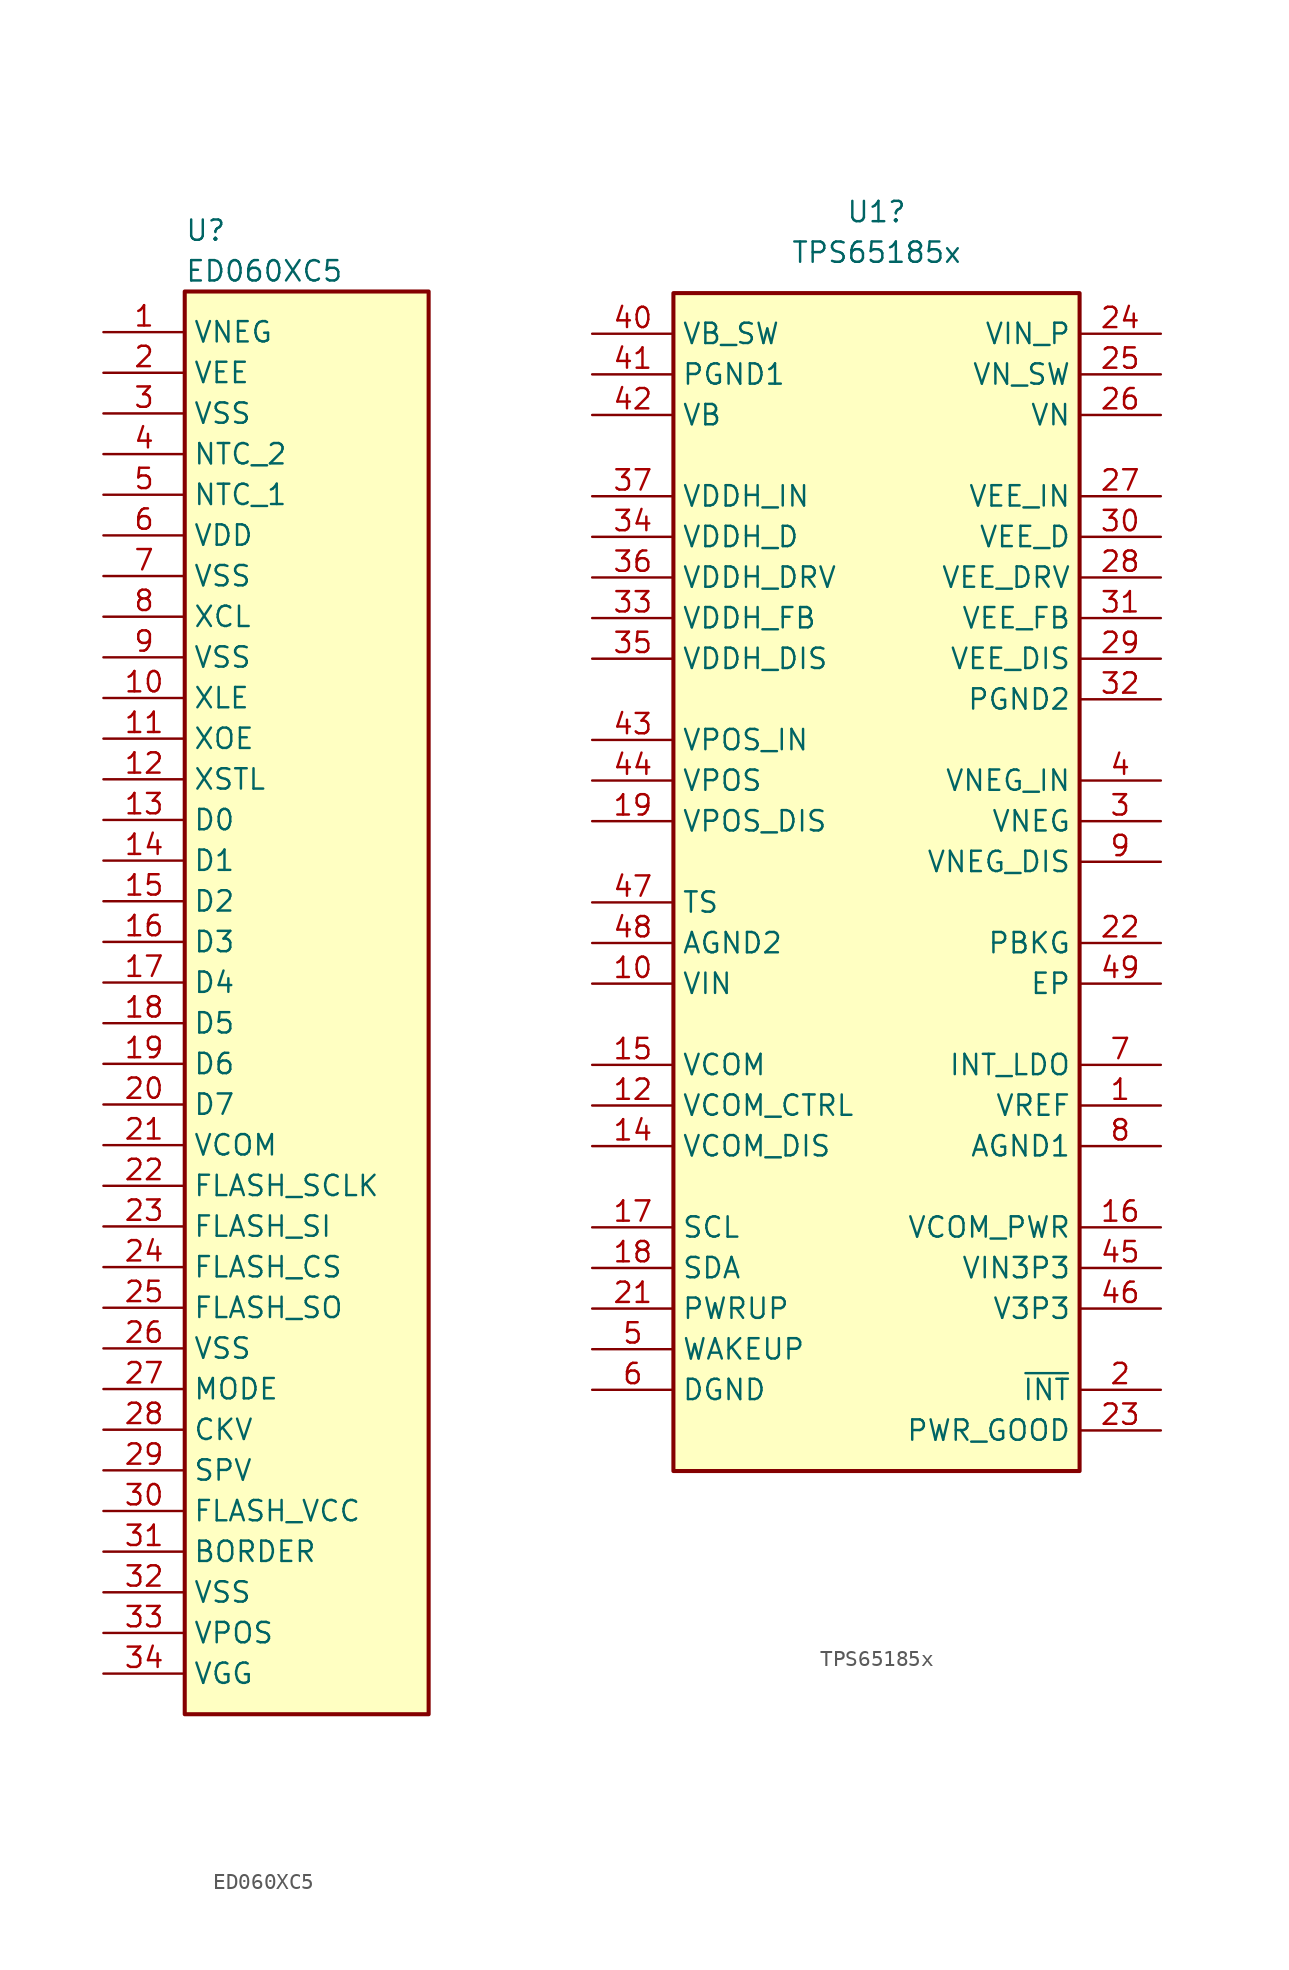
<source format=kicad_sym>
(kicad_symbol_lib
  (version 20211014)
  (generator kicad_symbol_editor)
  (symbol "ED060XC5"
    (property "Reference" "U"
      (at 5.08 6.35 0)
      (effects (font (size 1.27 1.27)) (justify left)))
    (property "Value" "ED060XC5"
      (at 5.08 3.81 0)
      (effects (font (size 1.27 1.27)) (justify left)))
    (property "ki_locked" ""
      (at 0 0 0)
      (effects (font (size 1.27 1.27))))
    (symbol "ED060XC5_1_1"
      (rectangle (start 5.08 2.54) (end 20.32 -86.36) (stroke (width 0.254) (type default) (color 0 0 0 0)) (fill (type background)))
      (pin power_in line (at 0 0 0) (length 5.08) (name "VNEG" (effects (font (size 1.27 1.27)))) (number "1" (effects (font (size 1.27 1.27)))))
      (pin input line (at 0 -22.86 0) (length 5.08) (name "XLE" (effects (font (size 1.27 1.27)))) (number "10" (effects (font (size 1.27 1.27)))))
      (pin input line (at 0 -25.4 0) (length 5.08) (name "XOE" (effects (font (size 1.27 1.27)))) (number "11" (effects (font (size 1.27 1.27)))))
      (pin input line (at 0 -27.94 0) (length 5.08) (name "XSTL" (effects (font (size 1.27 1.27)))) (number "12" (effects (font (size 1.27 1.27)))))
      (pin input line (at 0 -30.48 0) (length 5.08) (name "D0" (effects (font (size 1.27 1.27)))) (number "13" (effects (font (size 1.27 1.27)))))
      (pin input line (at 0 -33.02 0) (length 5.08) (name "D1" (effects (font (size 1.27 1.27)))) (number "14" (effects (font (size 1.27 1.27)))))
      (pin input line (at 0 -35.56 0) (length 5.08) (name "D2" (effects (font (size 1.27 1.27)))) (number "15" (effects (font (size 1.27 1.27)))))
      (pin input line (at 0 -38.1 0) (length 5.08) (name "D3" (effects (font (size 1.27 1.27)))) (number "16" (effects (font (size 1.27 1.27)))))
      (pin input line (at 0 -40.64 0) (length 5.08) (name "D4" (effects (font (size 1.27 1.27)))) (number "17" (effects (font (size 1.27 1.27)))))
      (pin input line (at 0 -43.18 0) (length 5.08) (name "D5" (effects (font (size 1.27 1.27)))) (number "18" (effects (font (size 1.27 1.27)))))
      (pin input line (at 0 -45.72 0) (length 5.08) (name "D6" (effects (font (size 1.27 1.27)))) (number "19" (effects (font (size 1.27 1.27)))))
      (pin power_in line (at 0 -2.54 0) (length 5.08) (name "VEE" (effects (font (size 1.27 1.27)))) (number "2" (effects (font (size 1.27 1.27)))))
      (pin input line (at 0 -48.26 0) (length 5.08) (name "D7" (effects (font (size 1.27 1.27)))) (number "20" (effects (font (size 1.27 1.27)))))
      (pin power_in line (at 0 -50.8 0) (length 5.08) (name "VCOM" (effects (font (size 1.27 1.27)))) (number "21" (effects (font (size 1.27 1.27)))))
      (pin input line (at 0 -53.34 0) (length 5.08) (name "FLASH_SCLK" (effects (font (size 1.27 1.27)))) (number "22" (effects (font (size 1.27 1.27)))))
      (pin input line (at 0 -55.88 0) (length 5.08) (name "FLASH_SI" (effects (font (size 1.27 1.27)))) (number "23" (effects (font (size 1.27 1.27)))))
      (pin input line (at 0 -58.42 0) (length 5.08) (name "FLASH_CS" (effects (font (size 1.27 1.27)))) (number "24" (effects (font (size 1.27 1.27)))))
      (pin output line (at 0 -60.96 0) (length 5.08) (name "FLASH_SO" (effects (font (size 1.27 1.27)))) (number "25" (effects (font (size 1.27 1.27)))))
      (pin power_in line (at 0 -63.5 0) (length 5.08) (name "VSS" (effects (font (size 1.27 1.27)))) (number "26" (effects (font (size 1.27 1.27)))))
      (pin input line (at 0 -66.04 0) (length 5.08) (name "MODE" (effects (font (size 1.27 1.27)))) (number "27" (effects (font (size 1.27 1.27)))))
      (pin input line (at 0 -68.58 0) (length 5.08) (name "CKV" (effects (font (size 1.27 1.27)))) (number "28" (effects (font (size 1.27 1.27)))))
      (pin input line (at 0 -71.12 0) (length 5.08) (name "SPV" (effects (font (size 1.27 1.27)))) (number "29" (effects (font (size 1.27 1.27)))))
      (pin power_in line (at 0 -5.08 0) (length 5.08) (name "VSS" (effects (font (size 1.27 1.27)))) (number "3" (effects (font (size 1.27 1.27)))))
      (pin power_in line (at 0 -73.66 0) (length 5.08) (name "FLASH_VCC" (effects (font (size 1.27 1.27)))) (number "30" (effects (font (size 1.27 1.27)))))
      (pin input line (at 0 -76.2 0) (length 5.08) (name "BORDER" (effects (font (size 1.27 1.27)))) (number "31" (effects (font (size 1.27 1.27)))))
      (pin power_in line (at 0 -78.74 0) (length 5.08) (name "VSS" (effects (font (size 1.27 1.27)))) (number "32" (effects (font (size 1.27 1.27)))))
      (pin power_in line (at 0 -81.28 0) (length 5.08) (name "VPOS" (effects (font (size 1.27 1.27)))) (number "33" (effects (font (size 1.27 1.27)))))
      (pin power_in line (at 0 -83.82 0) (length 5.08) (name "VGG" (effects (font (size 1.27 1.27)))) (number "34" (effects (font (size 1.27 1.27)))))
      (pin passive line (at 0 -7.62 0) (length 5.08) (name "NTC_2" (effects (font (size 1.27 1.27)))) (number "4" (effects (font (size 1.27 1.27)))))
      (pin passive line (at 0 -10.16 0) (length 5.08) (name "NTC_1" (effects (font (size 1.27 1.27)))) (number "5" (effects (font (size 1.27 1.27)))))
      (pin power_in line (at 0 -12.7 0) (length 5.08) (name "VDD" (effects (font (size 1.27 1.27)))) (number "6" (effects (font (size 1.27 1.27)))))
      (pin power_in line (at 0 -15.24 0) (length 5.08) (name "VSS" (effects (font (size 1.27 1.27)))) (number "7" (effects (font (size 1.27 1.27)))))
      (pin input line (at 0 -17.78 0) (length 5.08) (name "XCL" (effects (font (size 1.27 1.27)))) (number "8" (effects (font (size 1.27 1.27)))))
      (pin power_in line (at 0 -20.32 0) (length 5.08) (name "VSS" (effects (font (size 1.27 1.27)))) (number "9" (effects (font (size 1.27 1.27)))))))
  (symbol "TPS65185x"
    (property "Reference" "U1"
      (at 0 43.18 0)
      (effects (font (size 1.27 1.27))))
    (property "Value" "TPS65185x"
      (at 0 40.64 0)
      (effects (font (size 1.27 1.27))))
    (symbol "TPS65185x_1_1"
      (rectangle (start -12.7 38.1) (end 12.7 -35.56) (stroke (width 0.254) (type default) (color 0 0 0 0)) (fill (type background)))
      (pin output line (at 17.78 -12.7 180) (length 5.08) (name "VREF" (effects (font (size 1.27 1.27)))) (number "1" (effects (font (size 1.27 1.27)))))
      (pin input line (at -17.78 -5.08 0) (length 5.08) (name "VIN" (effects (font (size 1.27 1.27)))) (number "10" (effects (font (size 1.27 1.27)))))
      (pin no_connect line (at -10.16 -38.1 90) (length 2.54) hide (name "NC" (effects (font (size 1.27 1.27)))) (number "11" (effects (font (size 1.27 1.27)))))
      (pin input line (at -17.78 -12.7 0) (length 5.08) (name "VCOM_CTRL" (effects (font (size 1.27 1.27)))) (number "12" (effects (font (size 1.27 1.27)))))
      (pin no_connect line (at -7.62 -38.1 90) (length 2.54) hide (name "NC" (effects (font (size 1.27 1.27)))) (number "13" (effects (font (size 1.27 1.27)))))
      (pin input line (at -17.78 -15.24 0) (length 5.08) (name "VCOM_DIS" (effects (font (size 1.27 1.27)))) (number "14" (effects (font (size 1.27 1.27)))))
      (pin power_out line (at -17.78 -10.16 0) (length 5.08) (name "VCOM" (effects (font (size 1.27 1.27)))) (number "15" (effects (font (size 1.27 1.27)))))
      (pin input line (at 17.78 -20.32 180) (length 5.08) (name "VCOM_PWR" (effects (font (size 1.27 1.27)))) (number "16" (effects (font (size 1.27 1.27)))))
      (pin input line (at -17.78 -20.32 0) (length 5.08) (name "SCL" (effects (font (size 1.27 1.27)))) (number "17" (effects (font (size 1.27 1.27)))))
      (pin bidirectional line (at -17.78 -22.86 0) (length 5.08) (name "SDA" (effects (font (size 1.27 1.27)))) (number "18" (effects (font (size 1.27 1.27)))))
      (pin input line (at -17.78 5.08 0) (length 5.08) (name "VPOS_DIS" (effects (font (size 1.27 1.27)))) (number "19" (effects (font (size 1.27 1.27)))))
      (pin output line (at 17.78 -30.48 180) (length 5.08) (name "~{INT}" (effects (font (size 1.27 1.27)))) (number "2" (effects (font (size 1.27 1.27)))))
      (pin no_connect line (at -5.08 -38.1 90) (length 2.54) hide (name "NC" (effects (font (size 1.27 1.27)))) (number "20" (effects (font (size 1.27 1.27)))))
      (pin input line (at -17.78 -25.4 0) (length 5.08) (name "PWRUP" (effects (font (size 1.27 1.27)))) (number "21" (effects (font (size 1.27 1.27)))))
      (pin power_in line (at 17.78 -2.54 180) (length 5.08) (name "PBKG" (effects (font (size 1.27 1.27)))) (number "22" (effects (font (size 1.27 1.27)))))
      (pin output line (at 17.78 -33.02 180) (length 5.08) (name "PWR_GOOD" (effects (font (size 1.27 1.27)))) (number "23" (effects (font (size 1.27 1.27)))))
      (pin input line (at 17.78 35.56 180) (length 5.08) (name "VIN_P" (effects (font (size 1.27 1.27)))) (number "24" (effects (font (size 1.27 1.27)))))
      (pin output line (at 17.78 33.02 180) (length 5.08) (name "VN_SW" (effects (font (size 1.27 1.27)))) (number "25" (effects (font (size 1.27 1.27)))))
      (pin input line (at 17.78 30.48 180) (length 5.08) (name "VN" (effects (font (size 1.27 1.27)))) (number "26" (effects (font (size 1.27 1.27)))))
      (pin power_in line (at 17.78 25.4 180) (length 5.08) (name "VEE_IN" (effects (font (size 1.27 1.27)))) (number "27" (effects (font (size 1.27 1.27)))))
      (pin output line (at 17.78 20.32 180) (length 5.08) (name "VEE_DRV" (effects (font (size 1.27 1.27)))) (number "28" (effects (font (size 1.27 1.27)))))
      (pin input line (at 17.78 15.24 180) (length 5.08) (name "VEE_DIS" (effects (font (size 1.27 1.27)))) (number "29" (effects (font (size 1.27 1.27)))))
      (pin power_out line (at 17.78 5.08 180) (length 5.08) (name "VNEG" (effects (font (size 1.27 1.27)))) (number "3" (effects (font (size 1.27 1.27)))))
      (pin output line (at 17.78 22.86 180) (length 5.08) (name "VEE_D" (effects (font (size 1.27 1.27)))) (number "30" (effects (font (size 1.27 1.27)))))
      (pin input line (at 17.78 17.78 180) (length 5.08) (name "VEE_FB" (effects (font (size 1.27 1.27)))) (number "31" (effects (font (size 1.27 1.27)))))
      (pin power_in line (at 17.78 12.7 180) (length 5.08) (name "PGND2" (effects (font (size 1.27 1.27)))) (number "32" (effects (font (size 1.27 1.27)))))
      (pin input line (at -17.78 17.78 0) (length 5.08) (name "VDDH_FB" (effects (font (size 1.27 1.27)))) (number "33" (effects (font (size 1.27 1.27)))))
      (pin output line (at -17.78 22.86 0) (length 5.08) (name "VDDH_D" (effects (font (size 1.27 1.27)))) (number "34" (effects (font (size 1.27 1.27)))))
      (pin input line (at -17.78 15.24 0) (length 5.08) (name "VDDH_DIS" (effects (font (size 1.27 1.27)))) (number "35" (effects (font (size 1.27 1.27)))))
      (pin output line (at -17.78 20.32 0) (length 5.08) (name "VDDH_DRV" (effects (font (size 1.27 1.27)))) (number "36" (effects (font (size 1.27 1.27)))))
      (pin power_in line (at -17.78 25.4 0) (length 5.08) (name "VDDH_IN" (effects (font (size 1.27 1.27)))) (number "37" (effects (font (size 1.27 1.27)))))
      (pin no_connect line (at -2.54 -38.1 90) (length 2.54) hide (name "NC" (effects (font (size 1.27 1.27)))) (number "38" (effects (font (size 1.27 1.27)))))
      (pin no_connect line (at 0 -38.1 90) (length 2.54) hide (name "NC" (effects (font (size 1.27 1.27)))) (number "39" (effects (font (size 1.27 1.27)))))
      (pin power_in line (at 17.78 7.62 180) (length 5.08) (name "VNEG_IN" (effects (font (size 1.27 1.27)))) (number "4" (effects (font (size 1.27 1.27)))))
      (pin output line (at -17.78 35.56 0) (length 5.08) (name "VB_SW" (effects (font (size 1.27 1.27)))) (number "40" (effects (font (size 1.27 1.27)))))
      (pin power_in line (at -17.78 33.02 0) (length 5.08) (name "PGND1" (effects (font (size 1.27 1.27)))) (number "41" (effects (font (size 1.27 1.27)))))
      (pin input line (at -17.78 30.48 0) (length 5.08) (name "VB" (effects (font (size 1.27 1.27)))) (number "42" (effects (font (size 1.27 1.27)))))
      (pin power_in line (at -17.78 10.16 0) (length 5.08) (name "VPOS_IN" (effects (font (size 1.27 1.27)))) (number "43" (effects (font (size 1.27 1.27)))))
      (pin power_out line (at -17.78 7.62 0) (length 5.08) (name "VPOS" (effects (font (size 1.27 1.27)))) (number "44" (effects (font (size 1.27 1.27)))))
      (pin power_in line (at 17.78 -22.86 180) (length 5.08) (name "VIN3P3" (effects (font (size 1.27 1.27)))) (number "45" (effects (font (size 1.27 1.27)))))
      (pin power_out line (at 17.78 -25.4 180) (length 5.08) (name "V3P3" (effects (font (size 1.27 1.27)))) (number "46" (effects (font (size 1.27 1.27)))))
      (pin input line (at -17.78 0 0) (length 5.08) (name "TS" (effects (font (size 1.27 1.27)))) (number "47" (effects (font (size 1.27 1.27)))))
      (pin power_in line (at -17.78 -2.54 0) (length 5.08) (name "AGND2" (effects (font (size 1.27 1.27)))) (number "48" (effects (font (size 1.27 1.27)))))
      (pin power_in line (at 17.78 -5.08 180) (length 5.08) (name "EP" (effects (font (size 1.27 1.27)))) (number "49" (effects (font (size 1.27 1.27)))))
      (pin input line (at -17.78 -27.94 0) (length 5.08) (name "WAKEUP" (effects (font (size 1.27 1.27)))) (number "5" (effects (font (size 1.27 1.27)))))
      (pin power_in line (at -17.78 -30.48 0) (length 5.08) (name "DGND" (effects (font (size 1.27 1.27)))) (number "6" (effects (font (size 1.27 1.27)))))
      (pin output line (at 17.78 -10.16 180) (length 5.08) (name "INT_LDO" (effects (font (size 1.27 1.27)))) (number "7" (effects (font (size 1.27 1.27)))))
      (pin power_in line (at 17.78 -15.24 180) (length 5.08) (name "AGND1" (effects (font (size 1.27 1.27)))) (number "8" (effects (font (size 1.27 1.27)))))
      (pin input line (at 17.78 2.54 180) (length 5.08) (name "VNEG_DIS" (effects (font (size 1.27 1.27)))) (number "9" (effects (font (size 1.27 1.27))))))))
</source>
